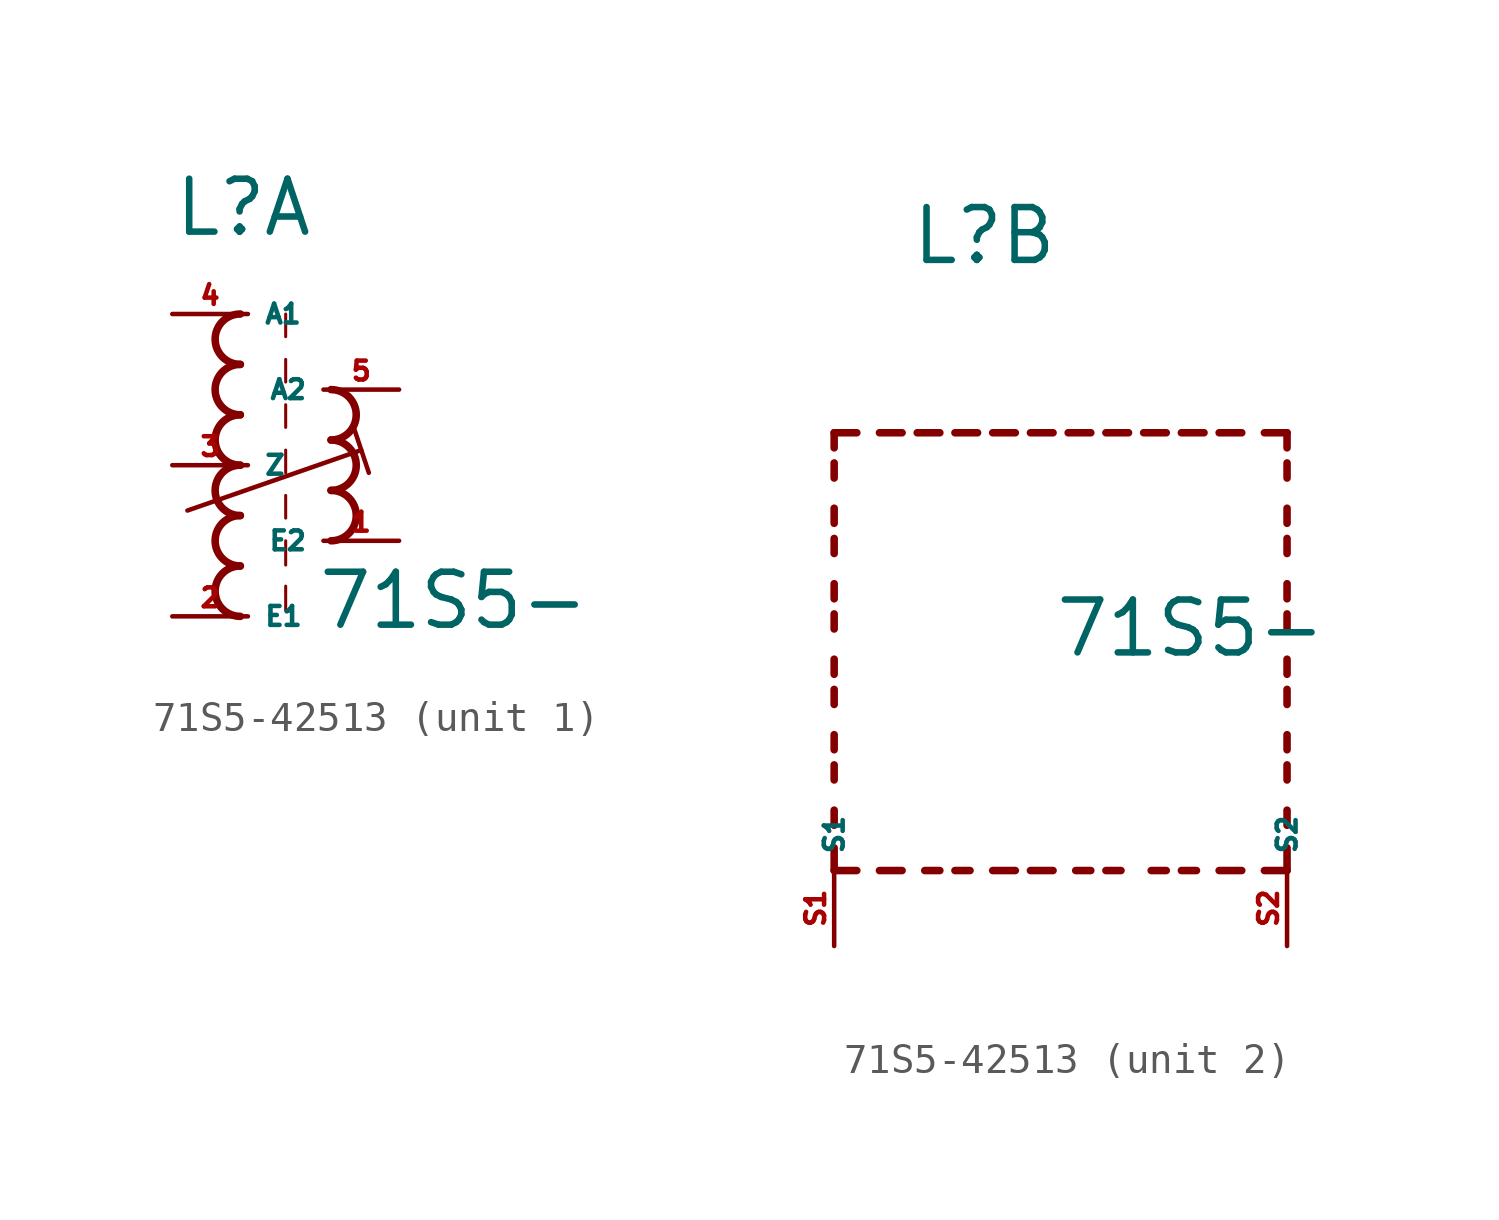
<source format=kicad_sym>
(kicad_symbol_lib
  (version 20220914)
  (generator kicad_symbol_editor)
  (symbol "71S5-42513"
    (property "Reference" "L"
      (at -2.54 7.62 0)
      (effects (font (size 1.778 1.778) (thickness 0.22)) (justify left bottom)))
    (property "Value" "71S5-"
      (at 2.286 -5.588 0)
      (effects (font (size 1.778 1.778) (thickness 0.22)) (justify left bottom)))
    (symbol "71S5-42513_1_0"
      (arc (start -0.254 -3.3866) (mid -1.1004 -4.2333) (end -0.254 -5.08) (stroke (width 0.254) (type default)) (fill (type none)))
      (arc (start -0.254 -1.6932) (mid -1.1004 -2.5399) (end -0.254 -3.3866) (stroke (width 0.254) (type default)) (fill (type none)))
      (arc (start -0.254 0) (mid -1.1004 -0.8467) (end -0.254 -1.6934) (stroke (width 0.254) (type default)) (fill (type none)))
      (arc (start -0.254 1.6934) (mid -1.1004 0.8467) (end -0.254 0) (stroke (width 0.254) (type default)) (fill (type none)))
      (arc (start -0.254 3.3866) (mid -1.1002 2.54) (end -0.254 1.6934) (stroke (width 0.254) (type default)) (fill (type none)))
      (arc (start -0.254 5.08) (mid -1.1004 4.2333) (end -0.254 3.3866) (stroke (width 0.254) (type default)) (fill (type none)))
      (polyline (pts (xy -2.032 -1.524) (xy 3.81 0.508)) (stroke (width 0.152) (type default)) (fill (type none)))
      (polyline (pts (xy 1.27 -4.064) (xy 1.27 -4.88)) (stroke (width 0.102) (type default)) (fill (type none)))
      (polyline (pts (xy 1.27 -2.54) (xy 1.27 -3.356)) (stroke (width 0.102) (type default)) (fill (type none)))
      (polyline (pts (xy 1.27 -1.016) (xy 1.27 -1.778)) (stroke (width 0.102) (type default)) (fill (type none)))
      (polyline (pts (xy 1.27 0.508) (xy 1.27 -0.254)) (stroke (width 0.102) (type default)) (fill (type none)))
      (polyline (pts (xy 1.27 2.032) (xy 1.27 1.27)) (stroke (width 0.102) (type default)) (fill (type none)))
      (polyline (pts (xy 1.27 3.556) (xy 1.27 2.794)) (stroke (width 0.102) (type default)) (fill (type none)))
      (polyline (pts (xy 1.27 5.08) (xy 1.27 4.318)) (stroke (width 0.102) (type default)) (fill (type none)))
      (polyline (pts (xy 3.556 1.27) (xy 4.064 -0.254)) (stroke (width 0.152) (type default)) (fill (type none)))
      (arc (start 2.794 -2.54) (mid 3.6404 -1.6933) (end 2.794 -0.8466) (stroke (width 0.254) (type default)) (fill (type none)))
      (arc (start 2.794 -0.8466) (mid 3.6402 0) (end 2.794 0.8466) (stroke (width 0.254) (type default)) (fill (type none)))
      (arc (start 2.794 0.8466) (mid 3.6404 1.6933) (end 2.794 2.54) (stroke (width 0.254) (type default)) (fill (type none)))
      (pin passive line (at 5.08 -2.54 180) (length 2.54) (name "E2" (effects (font (size 0.635 0.635)))) (number "1" (effects (font (size 0.635 0.635)))))
      (pin passive line (at -2.54 -5.08 0) (length 2.54) (name "E1" (effects (font (size 0.635 0.635)))) (number "2" (effects (font (size 0.635 0.635)))))
      (pin passive line (at -2.54 0 0) (length 2.54) (name "Z" (effects (font (size 0.635 0.635)))) (number "3" (effects (font (size 0.635 0.635)))))
      (pin passive line (at -2.54 5.08 0) (length 2.54) (name "A1" (effects (font (size 0.635 0.635)))) (number "4" (effects (font (size 0.635 0.635)))))
      (pin passive line (at 5.08 2.54 180) (length 2.54) (name "A2" (effects (font (size 0.635 0.635)))) (number "5" (effects (font (size 0.635 0.635))))))
    (symbol "71S5-42513_2_0"
      (polyline (pts (xy -5.08 -12.7) (xy -5.08 -11.938)) (stroke (width 0.254) (type default)) (fill (type none)))
      (polyline (pts (xy -5.08 -12.7) (xy -4.318 -12.7)) (stroke (width 0.254) (type default)) (fill (type none)))
      (polyline (pts (xy -5.08 -11.176) (xy -5.08 -10.668)) (stroke (width 0.254) (type default)) (fill (type none)))
      (polyline (pts (xy -5.08 -9.652) (xy -5.08 -9.144)) (stroke (width 0.254) (type default)) (fill (type none)))
      (polyline (pts (xy -5.08 -8.636) (xy -5.08 -8.128)) (stroke (width 0.254) (type default)) (fill (type none)))
      (polyline (pts (xy -5.08 -7.112) (xy -5.08 -6.604)) (stroke (width 0.254) (type default)) (fill (type none)))
      (polyline (pts (xy -5.08 -6.096) (xy -5.08 -5.588)) (stroke (width 0.254) (type default)) (fill (type none)))
      (polyline (pts (xy -5.08 -4.572) (xy -5.08 -4.064)) (stroke (width 0.254) (type default)) (fill (type none)))
      (polyline (pts (xy -5.08 -3.556) (xy -5.08 -3.048)) (stroke (width 0.254) (type default)) (fill (type none)))
      (polyline (pts (xy -5.08 -2.032) (xy -5.08 -1.524)) (stroke (width 0.254) (type default)) (fill (type none)))
      (polyline (pts (xy -5.08 -1.016) (xy -5.08 -0.508)) (stroke (width 0.254) (type default)) (fill (type none)))
      (polyline (pts (xy -5.08 0.508) (xy -5.08 1.016)) (stroke (width 0.254) (type default)) (fill (type none)))
      (polyline (pts (xy -5.08 1.524) (xy -5.08 2.032)) (stroke (width 0.254) (type default)) (fill (type none)))
      (polyline (pts (xy -5.08 2.032) (xy -4.318 2.032)) (stroke (width 0.254) (type default)) (fill (type none)))
      (polyline (pts (xy -3.556 -12.7) (xy -2.794 -12.7)) (stroke (width 0.254) (type default)) (fill (type none)))
      (polyline (pts (xy -3.556 2.032) (xy -2.794 2.032)) (stroke (width 0.254) (type default)) (fill (type none)))
      (polyline (pts (xy -1.524 -12.7) (xy -2.032 -12.7)) (stroke (width 0.254) (type default)) (fill (type none)))
      (polyline (pts (xy -1.524 2.032) (xy -2.286 2.032)) (stroke (width 0.254) (type default)) (fill (type none)))
      (polyline (pts (xy -1.016 2.032) (xy -0.254 2.032)) (stroke (width 0.254) (type default)) (fill (type none)))
      (polyline (pts (xy -0.508 -12.7) (xy -1.016 -12.7)) (stroke (width 0.254) (type default)) (fill (type none)))
      (polyline (pts (xy 1.016 -12.7) (xy 0.254 -12.7)) (stroke (width 0.254) (type default)) (fill (type none)))
      (polyline (pts (xy 1.016 2.032) (xy 0.254 2.032)) (stroke (width 0.254) (type default)) (fill (type none)))
      (polyline (pts (xy 1.524 -12.7) (xy 2.286 -12.7)) (stroke (width 0.254) (type default)) (fill (type none)))
      (polyline (pts (xy 1.524 2.032) (xy 2.286 2.032)) (stroke (width 0.254) (type default)) (fill (type none)))
      (polyline (pts (xy 3.556 -12.7) (xy 3.048 -12.7)) (stroke (width 0.254) (type default)) (fill (type none)))
      (polyline (pts (xy 3.556 2.032) (xy 2.794 2.032)) (stroke (width 0.254) (type default)) (fill (type none)))
      (polyline (pts (xy 4.064 2.032) (xy 4.826 2.032)) (stroke (width 0.254) (type default)) (fill (type none)))
      (polyline (pts (xy 4.572 -12.7) (xy 4.064 -12.7)) (stroke (width 0.254) (type default)) (fill (type none)))
      (polyline (pts (xy 6.096 -12.7) (xy 5.588 -12.7)) (stroke (width 0.254) (type default)) (fill (type none)))
      (polyline (pts (xy 6.096 2.032) (xy 5.334 2.032)) (stroke (width 0.254) (type default)) (fill (type none)))
      (polyline (pts (xy 6.604 2.032) (xy 7.366 2.032)) (stroke (width 0.254) (type default)) (fill (type none)))
      (polyline (pts (xy 7.112 -12.7) (xy 6.604 -12.7)) (stroke (width 0.254) (type default)) (fill (type none)))
      (polyline (pts (xy 8.636 -12.7) (xy 7.874 -12.7)) (stroke (width 0.254) (type default)) (fill (type none)))
      (polyline (pts (xy 8.636 2.032) (xy 7.874 2.032)) (stroke (width 0.254) (type default)) (fill (type none)))
      (polyline (pts (xy 10.16 -12.7) (xy 9.398 -12.7)) (stroke (width 0.254) (type default)) (fill (type none)))
      (polyline (pts (xy 10.16 -12.7) (xy 10.16 -11.938)) (stroke (width 0.254) (type default)) (fill (type none)))
      (polyline (pts (xy 10.16 -11.176) (xy 10.16 -10.668)) (stroke (width 0.254) (type default)) (fill (type none)))
      (polyline (pts (xy 10.16 -9.652) (xy 10.16 -9.144)) (stroke (width 0.254) (type default)) (fill (type none)))
      (polyline (pts (xy 10.16 -8.636) (xy 10.16 -8.128)) (stroke (width 0.254) (type default)) (fill (type none)))
      (polyline (pts (xy 10.16 -7.112) (xy 10.16 -6.604)) (stroke (width 0.254) (type default)) (fill (type none)))
      (polyline (pts (xy 10.16 -6.096) (xy 10.16 -5.588)) (stroke (width 0.254) (type default)) (fill (type none)))
      (polyline (pts (xy 10.16 -4.572) (xy 10.16 -4.064)) (stroke (width 0.254) (type default)) (fill (type none)))
      (polyline (pts (xy 10.16 -3.556) (xy 10.16 -3.048)) (stroke (width 0.254) (type default)) (fill (type none)))
      (polyline (pts (xy 10.16 -2.032) (xy 10.16 -1.524)) (stroke (width 0.254) (type default)) (fill (type none)))
      (polyline (pts (xy 10.16 -1.016) (xy 10.16 -0.508)) (stroke (width 0.254) (type default)) (fill (type none)))
      (polyline (pts (xy 10.16 0.508) (xy 10.16 1.016)) (stroke (width 0.254) (type default)) (fill (type none)))
      (polyline (pts (xy 10.16 1.524) (xy 10.16 2.032)) (stroke (width 0.254) (type default)) (fill (type none)))
      (polyline (pts (xy 10.16 2.032) (xy 9.398 2.032)) (stroke (width 0.254) (type default)) (fill (type none)))
      (pin passive line (at -5.08 -15.24 90) (length 2.54) (name "S1" (effects (font (size 0.635 0.635)))) (number "S1" (effects (font (size 0.635 0.635)))))
      (pin passive line (at 10.16 -15.24 90) (length 2.54) (name "S2" (effects (font (size 0.635 0.635)))) (number "S2" (effects (font (size 0.635 0.635))))))))
</source>
